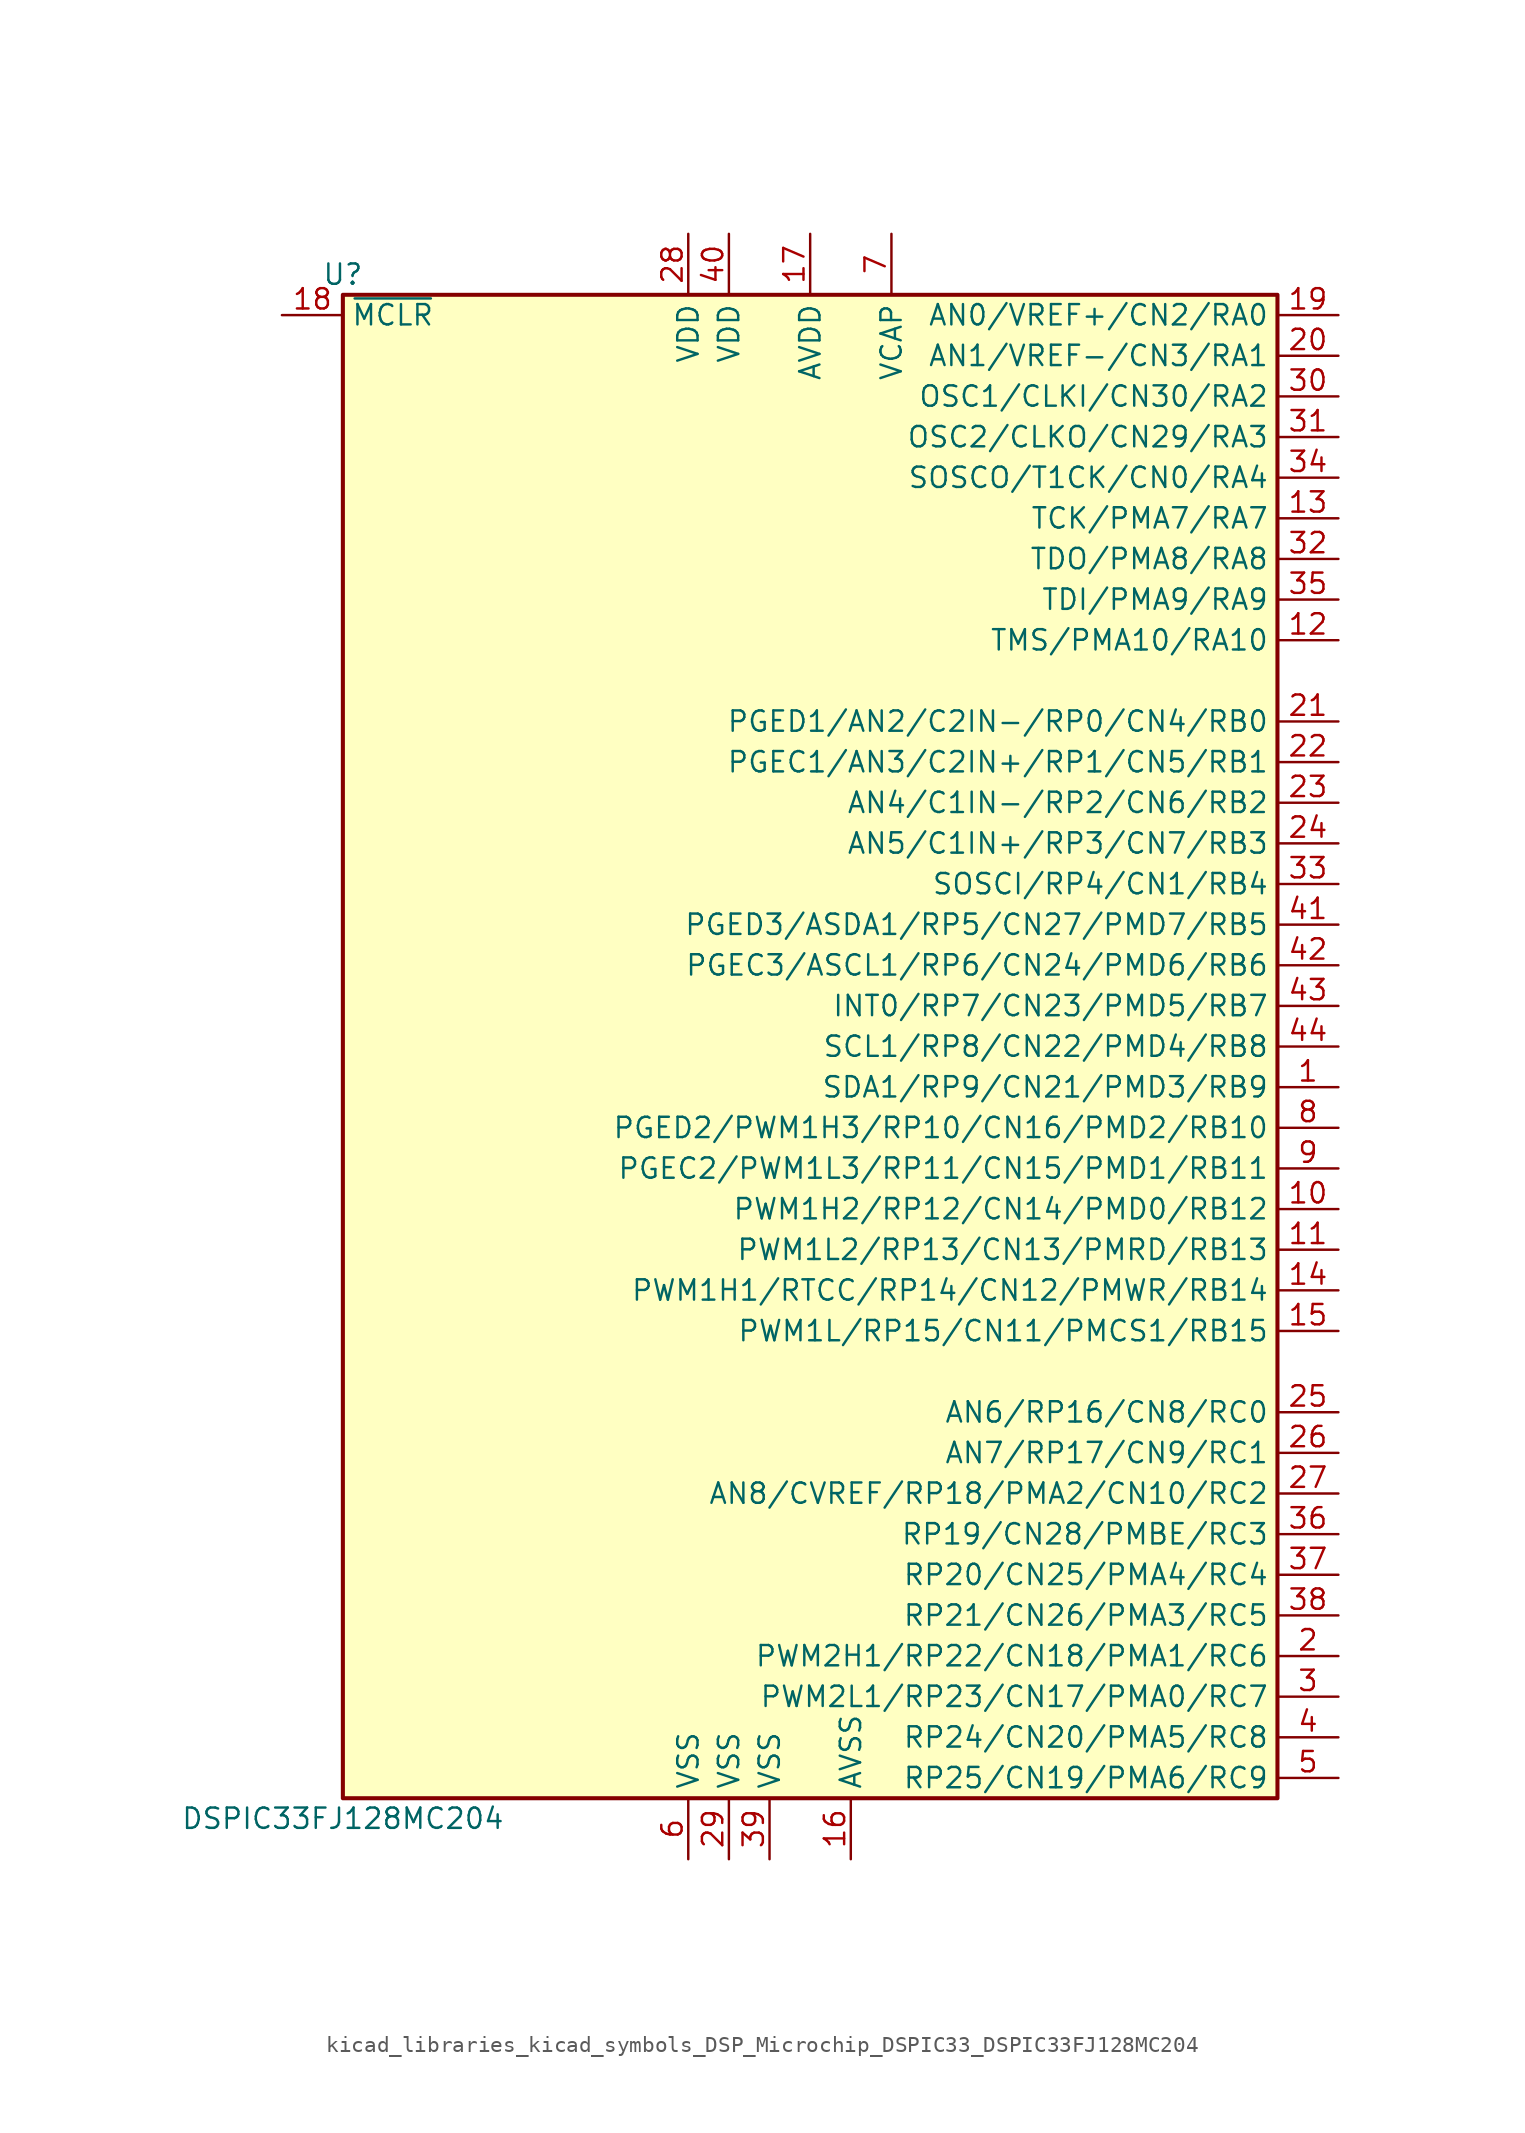
<source format=kicad_sym>
(kicad_symbol_lib
  (version 20220914)
  (generator kicad_symbol_editor)
  (symbol "kicad_libraries_kicad_symbols_DSP_Microchip_DSPIC33_DSPIC33FJ128MC204"
    (property "Reference" "U"
      (at -29.21 48.26 0)
      (effects (font (size 1.27 1.27))))
    (property "Value" "DSPIC33FJ128MC204"
      (at -29.21 -48.26 0)
      (effects (font (size 1.27 1.27))))
    (symbol "kicad_libraries_kicad_symbols_DSP_Microchip_DSPIC33_DSPIC33FJ128MC204_1_1"
      (rectangle (start -29.21 46.99) (end 29.21 -46.99) (stroke (width 0.254) (type default)) (fill (type background)))
      (pin bidirectional line (at 33.02 -2.54 180) (length 3.81) (name "SDA1/RP9/CN21/PMD3/RB9" (effects (font (size 1.27 1.27)))) (number "1" (effects (font (size 1.27 1.27)))))
      (pin bidirectional line (at 33.02 -10.16 180) (length 3.81) (name "PWM1H2/RP12/CN14/PMD0/RB12" (effects (font (size 1.27 1.27)))) (number "10" (effects (font (size 1.27 1.27)))))
      (pin bidirectional line (at 33.02 -12.7 180) (length 3.81) (name "PWM1L2/RP13/CN13/PMRD/RB13" (effects (font (size 1.27 1.27)))) (number "11" (effects (font (size 1.27 1.27)))))
      (pin bidirectional line (at 33.02 25.4 180) (length 3.81) (name "TMS/PMA10/RA10" (effects (font (size 1.27 1.27)))) (number "12" (effects (font (size 1.27 1.27)))))
      (pin bidirectional line (at 33.02 33.02 180) (length 3.81) (name "TCK/PMA7/RA7" (effects (font (size 1.27 1.27)))) (number "13" (effects (font (size 1.27 1.27)))))
      (pin bidirectional line (at 33.02 -15.24 180) (length 3.81) (name "PWM1H1/RTCC/RP14/CN12/PMWR/RB14" (effects (font (size 1.27 1.27)))) (number "14" (effects (font (size 1.27 1.27)))))
      (pin bidirectional line (at 33.02 -17.78 180) (length 3.81) (name "PWM1L/RP15/CN11/PMCS1/RB15" (effects (font (size 1.27 1.27)))) (number "15" (effects (font (size 1.27 1.27)))))
      (pin power_in line (at 2.54 -50.8 90) (length 3.81) (name "AVSS" (effects (font (size 1.27 1.27)))) (number "16" (effects (font (size 1.27 1.27)))))
      (pin power_in line (at 0 50.8 270) (length 3.81) (name "AVDD" (effects (font (size 1.27 1.27)))) (number "17" (effects (font (size 1.27 1.27)))))
      (pin input line (at -33.02 45.72 0) (length 3.81) (name "~{MCLR}" (effects (font (size 1.27 1.27)))) (number "18" (effects (font (size 1.27 1.27)))))
      (pin bidirectional line (at 33.02 45.72 180) (length 3.81) (name "AN0/VREF+/CN2/RA0" (effects (font (size 1.27 1.27)))) (number "19" (effects (font (size 1.27 1.27)))))
      (pin bidirectional line (at 33.02 -38.1 180) (length 3.81) (name "PWM2H1/RP22/CN18/PMA1/RC6" (effects (font (size 1.27 1.27)))) (number "2" (effects (font (size 1.27 1.27)))))
      (pin bidirectional line (at 33.02 43.18 180) (length 3.81) (name "AN1/VREF-/CN3/RA1" (effects (font (size 1.27 1.27)))) (number "20" (effects (font (size 1.27 1.27)))))
      (pin bidirectional line (at 33.02 20.32 180) (length 3.81) (name "PGED1/AN2/C2IN-/RP0/CN4/RB0" (effects (font (size 1.27 1.27)))) (number "21" (effects (font (size 1.27 1.27)))))
      (pin bidirectional line (at 33.02 17.78 180) (length 3.81) (name "PGEC1/AN3/C2IN+/RP1/CN5/RB1" (effects (font (size 1.27 1.27)))) (number "22" (effects (font (size 1.27 1.27)))))
      (pin bidirectional line (at 33.02 15.24 180) (length 3.81) (name "AN4/C1IN-/RP2/CN6/RB2" (effects (font (size 1.27 1.27)))) (number "23" (effects (font (size 1.27 1.27)))))
      (pin bidirectional line (at 33.02 12.7 180) (length 3.81) (name "AN5/C1IN+/RP3/CN7/RB3" (effects (font (size 1.27 1.27)))) (number "24" (effects (font (size 1.27 1.27)))))
      (pin bidirectional line (at 33.02 -22.86 180) (length 3.81) (name "AN6/RP16/CN8/RC0" (effects (font (size 1.27 1.27)))) (number "25" (effects (font (size 1.27 1.27)))))
      (pin bidirectional line (at 33.02 -25.4 180) (length 3.81) (name "AN7/RP17/CN9/RC1" (effects (font (size 1.27 1.27)))) (number "26" (effects (font (size 1.27 1.27)))))
      (pin bidirectional line (at 33.02 -27.94 180) (length 3.81) (name "AN8/CVREF/RP18/PMA2/CN10/RC2" (effects (font (size 1.27 1.27)))) (number "27" (effects (font (size 1.27 1.27)))))
      (pin power_in line (at -7.62 50.8 270) (length 3.81) (name "VDD" (effects (font (size 1.27 1.27)))) (number "28" (effects (font (size 1.27 1.27)))))
      (pin power_in line (at -5.08 -50.8 90) (length 3.81) (name "VSS" (effects (font (size 1.27 1.27)))) (number "29" (effects (font (size 1.27 1.27)))))
      (pin bidirectional line (at 33.02 -40.64 180) (length 3.81) (name "PWM2L1/RP23/CN17/PMA0/RC7" (effects (font (size 1.27 1.27)))) (number "3" (effects (font (size 1.27 1.27)))))
      (pin input line (at 33.02 40.64 180) (length 3.81) (name "OSC1/CLKI/CN30/RA2" (effects (font (size 1.27 1.27)))) (number "30" (effects (font (size 1.27 1.27)))))
      (pin input line (at 33.02 38.1 180) (length 3.81) (name "OSC2/CLKO/CN29/RA3" (effects (font (size 1.27 1.27)))) (number "31" (effects (font (size 1.27 1.27)))))
      (pin input line (at 33.02 30.48 180) (length 3.81) (name "TDO/PMA8/RA8" (effects (font (size 1.27 1.27)))) (number "32" (effects (font (size 1.27 1.27)))))
      (pin input line (at 33.02 10.16 180) (length 3.81) (name "SOSCI/RP4/CN1/RB4" (effects (font (size 1.27 1.27)))) (number "33" (effects (font (size 1.27 1.27)))))
      (pin input line (at 33.02 35.56 180) (length 3.81) (name "SOSCO/T1CK/CN0/RA4" (effects (font (size 1.27 1.27)))) (number "34" (effects (font (size 1.27 1.27)))))
      (pin input line (at 33.02 27.94 180) (length 3.81) (name "TDI/PMA9/RA9" (effects (font (size 1.27 1.27)))) (number "35" (effects (font (size 1.27 1.27)))))
      (pin input line (at 33.02 -30.48 180) (length 3.81) (name "RP19/CN28/PMBE/RC3" (effects (font (size 1.27 1.27)))) (number "36" (effects (font (size 1.27 1.27)))))
      (pin input line (at 33.02 -33.02 180) (length 3.81) (name "RP20/CN25/PMA4/RC4" (effects (font (size 1.27 1.27)))) (number "37" (effects (font (size 1.27 1.27)))))
      (pin input line (at 33.02 -35.56 180) (length 3.81) (name "RP21/CN26/PMA3/RC5" (effects (font (size 1.27 1.27)))) (number "38" (effects (font (size 1.27 1.27)))))
      (pin power_in line (at -2.54 -50.8 90) (length 3.81) (name "VSS" (effects (font (size 1.27 1.27)))) (number "39" (effects (font (size 1.27 1.27)))))
      (pin bidirectional line (at 33.02 -43.18 180) (length 3.81) (name "RP24/CN20/PMA5/RC8" (effects (font (size 1.27 1.27)))) (number "4" (effects (font (size 1.27 1.27)))))
      (pin power_in line (at -5.08 50.8 270) (length 3.81) (name "VDD" (effects (font (size 1.27 1.27)))) (number "40" (effects (font (size 1.27 1.27)))))
      (pin input line (at 33.02 7.62 180) (length 3.81) (name "PGED3/ASDA1/RP5/CN27/PMD7/RB5" (effects (font (size 1.27 1.27)))) (number "41" (effects (font (size 1.27 1.27)))))
      (pin input line (at 33.02 5.08 180) (length 3.81) (name "PGEC3/ASCL1/RP6/CN24/PMD6/RB6" (effects (font (size 1.27 1.27)))) (number "42" (effects (font (size 1.27 1.27)))))
      (pin input line (at 33.02 2.54 180) (length 3.81) (name "INT0/RP7/CN23/PMD5/RB7" (effects (font (size 1.27 1.27)))) (number "43" (effects (font (size 1.27 1.27)))))
      (pin input line (at 33.02 0 180) (length 3.81) (name "SCL1/RP8/CN22/PMD4/RB8" (effects (font (size 1.27 1.27)))) (number "44" (effects (font (size 1.27 1.27)))))
      (pin bidirectional line (at 33.02 -45.72 180) (length 3.81) (name "RP25/CN19/PMA6/RC9" (effects (font (size 1.27 1.27)))) (number "5" (effects (font (size 1.27 1.27)))))
      (pin power_in line (at -7.62 -50.8 90) (length 3.81) (name "VSS" (effects (font (size 1.27 1.27)))) (number "6" (effects (font (size 1.27 1.27)))))
      (pin power_in line (at 5.08 50.8 270) (length 3.81) (name "VCAP" (effects (font (size 1.27 1.27)))) (number "7" (effects (font (size 1.27 1.27)))))
      (pin bidirectional line (at 33.02 -5.08 180) (length 3.81) (name "PGED2/PWM1H3/RP10/CN16/PMD2/RB10" (effects (font (size 1.27 1.27)))) (number "8" (effects (font (size 1.27 1.27)))))
      (pin bidirectional line (at 33.02 -7.62 180) (length 3.81) (name "PGEC2/PWM1L3/RP11/CN15/PMD1/RB11" (effects (font (size 1.27 1.27)))) (number "9" (effects (font (size 1.27 1.27))))))))
</source>
